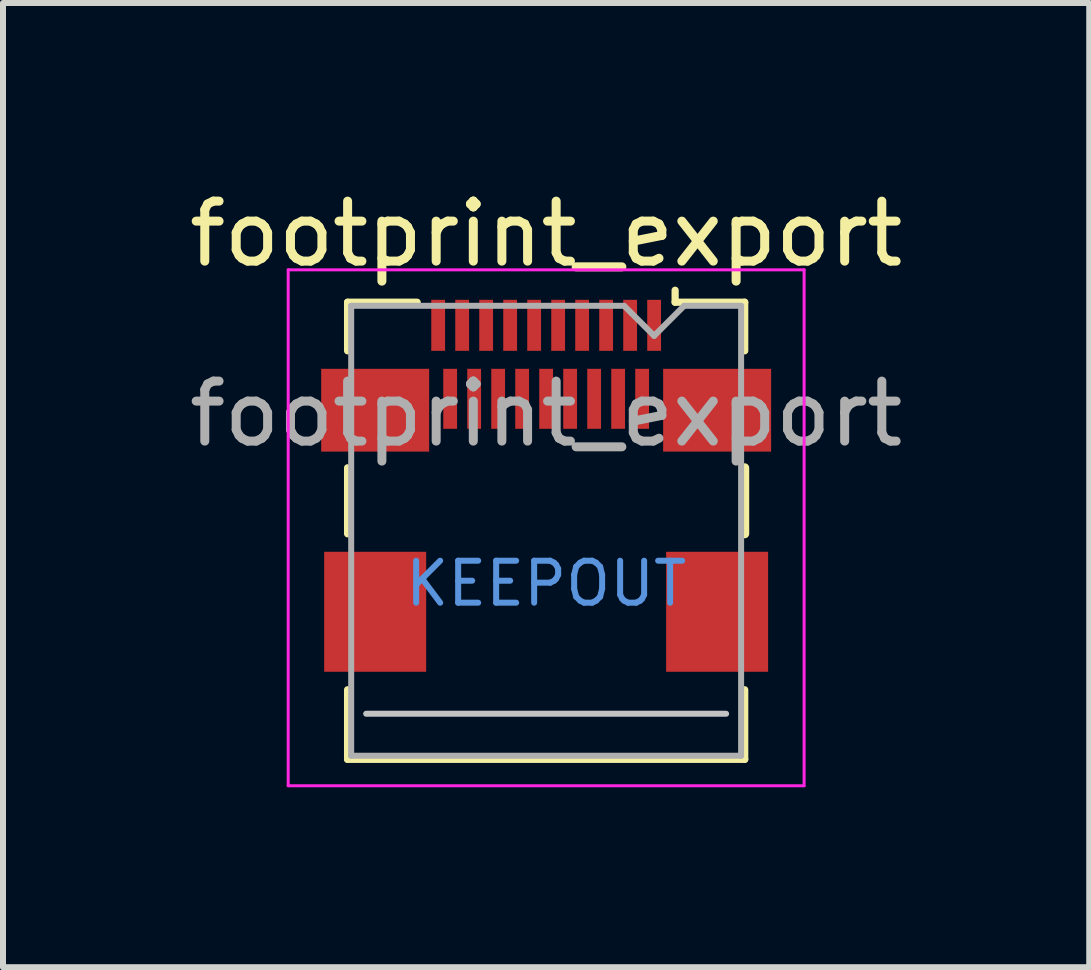
<source format=kicad_pcb>
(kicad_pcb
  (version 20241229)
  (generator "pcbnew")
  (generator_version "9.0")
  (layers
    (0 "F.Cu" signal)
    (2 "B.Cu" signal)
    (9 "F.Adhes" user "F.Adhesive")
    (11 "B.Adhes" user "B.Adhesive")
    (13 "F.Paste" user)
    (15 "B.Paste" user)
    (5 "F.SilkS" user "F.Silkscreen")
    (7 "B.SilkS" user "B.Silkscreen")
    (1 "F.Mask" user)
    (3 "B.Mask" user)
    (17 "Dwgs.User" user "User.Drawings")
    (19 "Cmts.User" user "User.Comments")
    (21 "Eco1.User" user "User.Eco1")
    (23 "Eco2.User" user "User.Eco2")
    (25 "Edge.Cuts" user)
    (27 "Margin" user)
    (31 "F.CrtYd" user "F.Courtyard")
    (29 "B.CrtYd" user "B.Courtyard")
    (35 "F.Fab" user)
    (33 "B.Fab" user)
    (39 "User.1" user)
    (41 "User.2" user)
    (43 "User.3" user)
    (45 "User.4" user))
  (footprint "footprint_export"
    (layer "F.Cu")
    (at 6.054 7.148)
    (property "Reference" "footprint_export" (at 0 -6.3 0) (layer "F.SilkS") (effects (font (size 1 1) (thickness 0.15))))
    (attr smd)
    (fp_line (start -3.31 -5.16) (end -2.15 -5.16) (stroke (width 0.12) (type solid)) (layer "F.SilkS"))
    (fp_line (start -3.31 -4.35) (end -3.31 -5.16) (stroke (width 0.12) (type solid)) (layer "F.SilkS"))
    (fp_line (start -3.31 -1.3) (end -3.31 -2.4) (stroke (width 0.12) (type solid)) (layer "F.SilkS"))
    (fp_line (start -3.31 2.46) (end -3.31 1.3) (stroke (width 0.12) (type solid)) (layer "F.SilkS"))
    (fp_line (start -3.31 2.46) (end 3.31 2.46) (stroke (width 0.12) (type solid)) (layer "F.SilkS"))
    (fp_line (start 2.15 -5.16) (end 2.15 -5.36) (stroke (width 0.12) (type solid)) (layer "F.SilkS"))
    (fp_line (start 2.15 -5.16) (end 3.31 -5.16) (stroke (width 0.12) (type solid)) (layer "F.SilkS"))
    (fp_line (start 3.31 -5.16) (end 3.31 -4.35) (stroke (width 0.12) (type solid)) (layer "F.SilkS"))
    (fp_line (start 3.31 -2.4) (end 3.31 -1.3) (stroke (width 0.15) (type solid)) (layer "F.SilkS"))
    (fp_line (start 3.31 1.3) (end 3.31 2.46) (stroke (width 0.12) (type solid)) (layer "F.SilkS"))
    (fp_line (start -3 1.7) (end 3 1.7) (stroke (width 0.1) (type solid)) (layer "Dwgs.User"))
    (fp_line (start -4.3 -5.7) (end -4.3 2.9) (stroke (width 0.05) (type solid)) (layer "F.CrtYd"))
    (fp_line (start -4.3 2.9) (end 4.3 2.9) (stroke (width 0.05) (type solid)) (layer "F.CrtYd"))
    (fp_line (start 4.3 -5.7) (end -4.3 -5.7) (stroke (width 0.05) (type solid)) (layer "F.CrtYd"))
    (fp_line (start 4.3 2.9) (end 4.3 -5.7) (stroke (width 0.05) (type solid)) (layer "F.CrtYd"))
    (fp_line (start -3.25 -5.1) (end 1.3 -5.1) (stroke (width 0.1) (type solid)) (layer "F.Fab"))
    (fp_line (start -3.25 2.4) (end -3.25 -5.1) (stroke (width 0.1) (type solid)) (layer "F.Fab"))
    (fp_line (start 1.8 -4.6) (end 1.3 -5.1) (stroke (width 0.1) (type solid)) (layer "F.Fab"))
    (fp_line (start 1.8 -4.6) (end 2.3 -5.1) (stroke (width 0.1) (type solid)) (layer "F.Fab"))
    (fp_line (start 2.3 -5.1) (end 3.25 -5.1) (stroke (width 0.1) (type solid)) (layer "F.Fab"))
    (fp_line (start 3.25 -5.1) (end 3.25 2.4) (stroke (width 0.1) (type solid)) (layer "F.Fab"))
    (fp_line (start 3.25 2.4) (end -3.25 2.4) (stroke (width 0.1) (type solid)) (layer "F.Fab"))
    (fp_text user "KEEPOUT" (at 0 -0.47 0) (layer "Cmts.User") (effects (font (size 0.7 0.7) (thickness 0.1))))
    (fp_text user "${REFERENCE}" (at 0 -3.3 0) (layer "F.Fab") (effects (font (size 1 1) (thickness 0.15))))
    (pad "1" smd rect (at 1.8 -4.775) (size 0.23 0.85) (layers "F.Cu" "F.Mask" "F.Paste"))
    (pad "2" smd rect (at 1.6 -3.55) (size 0.23 1) (layers "F.Cu" "F.Mask" "F.Paste"))
    (pad "3" smd rect (at 1.4 -4.775) (size 0.23 0.85) (layers "F.Cu" "F.Mask" "F.Paste"))
    (pad "4" smd rect (at 1.2 -3.55) (size 0.23 1) (layers "F.Cu" "F.Mask" "F.Paste"))
    (pad "5" smd rect (at 1 -4.775) (size 0.23 0.85) (layers "F.Cu" "F.Mask" "F.Paste"))
    (pad "6" smd rect (at 0.8 -3.55) (size 0.23 1) (layers "F.Cu" "F.Mask" "F.Paste"))
    (pad "7" smd rect (at 0.6 -4.775) (size 0.23 0.85) (layers "F.Cu" "F.Mask" "F.Paste"))
    (pad "8" smd rect (at 0.4 -3.55) (size 0.23 1) (layers "F.Cu" "F.Mask" "F.Paste"))
    (pad "9" smd rect (at 0.2 -4.775) (size 0.23 0.85) (layers "F.Cu" "F.Mask" "F.Paste"))
    (pad "10" smd rect (at 0 -3.55) (size 0.23 1) (layers "F.Cu" "F.Mask" "F.Paste"))
    (pad "11" smd rect (at -0.2 -4.775) (size 0.23 0.85) (layers "F.Cu" "F.Mask" "F.Paste"))
    (pad "12" smd rect (at -0.4 -3.55) (size 0.23 1) (layers "F.Cu" "F.Mask" "F.Paste"))
    (pad "13" smd rect (at -0.6 -4.775) (size 0.23 0.85) (layers "F.Cu" "F.Mask" "F.Paste"))
    (pad "14" smd rect (at -0.8 -3.55) (size 0.23 1) (layers "F.Cu" "F.Mask" "F.Paste"))
    (pad "15" smd rect (at -1 -4.775) (size 0.23 0.85) (layers "F.Cu" "F.Mask" "F.Paste"))
    (pad "16" smd rect (at -1.2 -3.55) (size 0.23 1) (layers "F.Cu" "F.Mask" "F.Paste"))
    (pad "17" smd rect (at -1.4 -4.775) (size 0.23 0.85) (layers "F.Cu" "F.Mask" "F.Paste"))
    (pad "18" smd rect (at -1.6 -3.55) (size 0.23 1) (layers "F.Cu" "F.Mask" "F.Paste"))
    (pad "19" smd rect (at -1.8 -4.775) (size 0.23 0.85) (layers "F.Cu" "F.Mask" "F.Paste"))
    (pad "SH" smd rect (at -2.85 -3.36) (size 1.8 1.38) (layers "F.Cu" "F.Mask" "F.Paste"))
    (pad "SH" smd rect (at -2.85 0) (size 1.7 2) (layers "F.Cu" "F.Mask" "F.Paste"))
    (pad "SH" smd rect (at 2.85 -3.36) (size 1.8 1.38) (layers "F.Cu" "F.Mask" "F.Paste"))
    (pad "SH" smd rect (at 2.85 0) (size 1.7 2) (layers "F.Cu" "F.Mask" "F.Paste"))
    (zone (net_name "") (layer "F.Cu") (hatch full 0.508) (connect_pads) (min_thickness 0.254) (filled_areas_thickness no) (keepout (tracks not_allowed) (vias not_allowed) (pads not_allowed) (copperpour allowed) (footprints allowed)) (placement (enabled no)) (fill) (polygon (pts (xy 8.404 6.148) (xy 8.054 6.148) (xy 8.054 8.148) (xy 8.404 8.148) (xy 8.404 8.848) (xy 3.704 8.848) (xy 3.704 8.148) (xy 4.054 8.148) (xy 4.054 6.148) (xy 3.704 6.148) (xy 3.704 4.688) (xy 8.404 4.688)))))
  (gr_rect
    (start -3 -3)
    (end 15.107 13.073)
    (stroke (width 0.1) (type default))
    (fill no)
    (layer "Edge.Cuts")))
</source>
